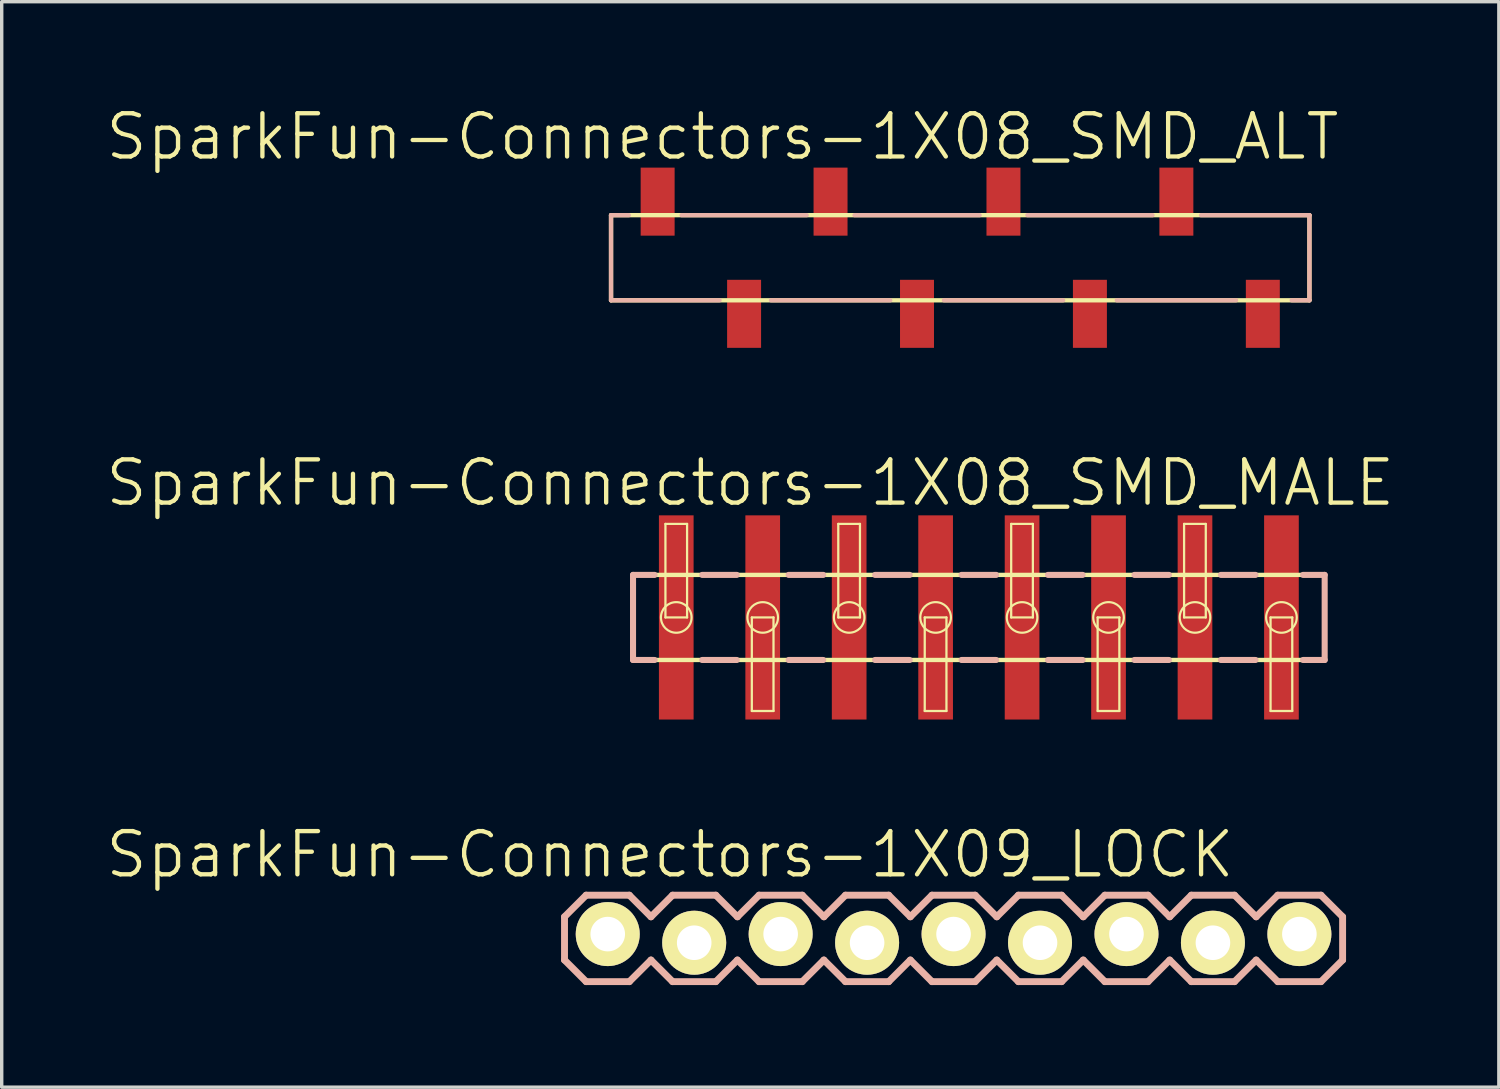
<source format=kicad_pcb>
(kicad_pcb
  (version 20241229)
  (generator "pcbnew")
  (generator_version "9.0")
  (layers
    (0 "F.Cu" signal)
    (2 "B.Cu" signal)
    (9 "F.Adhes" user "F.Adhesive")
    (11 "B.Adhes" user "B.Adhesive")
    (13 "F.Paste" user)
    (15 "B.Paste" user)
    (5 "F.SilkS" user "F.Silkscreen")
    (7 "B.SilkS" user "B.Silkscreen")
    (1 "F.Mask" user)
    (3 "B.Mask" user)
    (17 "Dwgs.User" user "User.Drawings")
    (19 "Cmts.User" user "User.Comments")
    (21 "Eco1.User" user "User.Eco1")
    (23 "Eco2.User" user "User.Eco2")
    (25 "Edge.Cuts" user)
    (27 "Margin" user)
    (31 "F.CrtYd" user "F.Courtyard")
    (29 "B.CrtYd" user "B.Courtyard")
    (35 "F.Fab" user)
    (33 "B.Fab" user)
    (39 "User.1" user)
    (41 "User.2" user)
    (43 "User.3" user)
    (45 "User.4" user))
  (footprint "SparkFun-Connectors-1X09_LOCK"
    (layer "F.Cu")
    (at 14.805 24.52)
    (property "Reference" "SparkFun-Connectors-1X09_LOCK" (at 1.829 -2.464 0) (layer "F.SilkS") (effects (font (size 1.27 1.27) (thickness 0.127))))
    (attr exclude_from_pos_files exclude_from_bom)
    (fp_line (start -0.254 -0.254) (end 0.254 -0.254) (stroke (width 0.066) (type solid)) (layer "F.SilkS"))
    (fp_line (start -0.254 0.254) (end -0.254 -0.254) (stroke (width 0.066) (type solid)) (layer "F.SilkS"))
    (fp_line (start -0.254 0.254) (end 0.254 0.254) (stroke (width 0.066) (type solid)) (layer "F.SilkS"))
    (fp_line (start 0.254 0.254) (end 0.254 -0.254) (stroke (width 0.066) (type solid)) (layer "F.SilkS"))
    (fp_line (start 2.286 -0.254) (end 2.794 -0.254) (stroke (width 0.066) (type solid)) (layer "F.SilkS"))
    (fp_line (start 2.286 0.254) (end 2.286 -0.254) (stroke (width 0.066) (type solid)) (layer "F.SilkS"))
    (fp_line (start 2.286 0.254) (end 2.794 0.254) (stroke (width 0.066) (type solid)) (layer "F.SilkS"))
    (fp_line (start 2.794 0.254) (end 2.794 -0.254) (stroke (width 0.066) (type solid)) (layer "F.SilkS"))
    (fp_line (start 4.826 -0.254) (end 5.334 -0.254) (stroke (width 0.066) (type solid)) (layer "F.SilkS"))
    (fp_line (start 4.826 0.254) (end 4.826 -0.254) (stroke (width 0.066) (type solid)) (layer "F.SilkS"))
    (fp_line (start 4.826 0.254) (end 5.334 0.254) (stroke (width 0.066) (type solid)) (layer "F.SilkS"))
    (fp_line (start 5.334 0.254) (end 5.334 -0.254) (stroke (width 0.066) (type solid)) (layer "F.SilkS"))
    (fp_line (start 7.366 -0.254) (end 7.874 -0.254) (stroke (width 0.066) (type solid)) (layer "F.SilkS"))
    (fp_line (start 7.366 0.254) (end 7.366 -0.254) (stroke (width 0.066) (type solid)) (layer "F.SilkS"))
    (fp_line (start 7.366 0.254) (end 7.874 0.254) (stroke (width 0.066) (type solid)) (layer "F.SilkS"))
    (fp_line (start 7.874 0.254) (end 7.874 -0.254) (stroke (width 0.066) (type solid)) (layer "F.SilkS"))
    (fp_line (start 9.906 -0.254) (end 10.414 -0.254) (stroke (width 0.066) (type solid)) (layer "F.SilkS"))
    (fp_line (start 9.906 0.254) (end 9.906 -0.254) (stroke (width 0.066) (type solid)) (layer "F.SilkS"))
    (fp_line (start 9.906 0.254) (end 10.414 0.254) (stroke (width 0.066) (type solid)) (layer "F.SilkS"))
    (fp_line (start 10.414 0.254) (end 10.414 -0.254) (stroke (width 0.066) (type solid)) (layer "F.SilkS"))
    (fp_line (start 12.446 -0.254) (end 12.954 -0.254) (stroke (width 0.066) (type solid)) (layer "F.SilkS"))
    (fp_line (start 12.446 0.254) (end 12.446 -0.254) (stroke (width 0.066) (type solid)) (layer "F.SilkS"))
    (fp_line (start 12.446 0.254) (end 12.954 0.254) (stroke (width 0.066) (type solid)) (layer "F.SilkS"))
    (fp_line (start 12.954 0.254) (end 12.954 -0.254) (stroke (width 0.066) (type solid)) (layer "F.SilkS"))
    (fp_line (start 14.986 -0.254) (end 15.494 -0.254) (stroke (width 0.066) (type solid)) (layer "F.SilkS"))
    (fp_line (start 14.986 0.254) (end 14.986 -0.254) (stroke (width 0.066) (type solid)) (layer "F.SilkS"))
    (fp_line (start 14.986 0.254) (end 15.494 0.254) (stroke (width 0.066) (type solid)) (layer "F.SilkS"))
    (fp_line (start 15.494 0.254) (end 15.494 -0.254) (stroke (width 0.066) (type solid)) (layer "F.SilkS"))
    (fp_line (start 17.523 -0.254) (end 18.034 -0.254) (stroke (width 0.066) (type solid)) (layer "F.SilkS"))
    (fp_line (start 17.523 0.254) (end 17.523 -0.254) (stroke (width 0.066) (type solid)) (layer "F.SilkS"))
    (fp_line (start 17.523 0.254) (end 18.034 0.254) (stroke (width 0.066) (type solid)) (layer "F.SilkS"))
    (fp_line (start 18.034 0.254) (end 18.034 -0.254) (stroke (width 0.066) (type solid)) (layer "F.SilkS"))
    (fp_line (start 20.066 -0.254) (end 20.574 -0.254) (stroke (width 0.066) (type solid)) (layer "F.SilkS"))
    (fp_line (start 20.066 0.254) (end 20.066 -0.254) (stroke (width 0.066) (type solid)) (layer "F.SilkS"))
    (fp_line (start 20.066 0.254) (end 20.574 0.254) (stroke (width 0.066) (type solid)) (layer "F.SilkS"))
    (fp_line (start 20.574 0.254) (end 20.574 -0.254) (stroke (width 0.066) (type solid)) (layer "F.SilkS"))
    (fp_line (start -1.27 -0.635) (end -1.27 0.635) (stroke (width 0.203) (type solid)) (layer "B.SilkS"))
    (fp_line (start -1.27 0.635) (end -0.635 1.27) (stroke (width 0.203) (type solid)) (layer "B.SilkS"))
    (fp_line (start -0.635 -1.27) (end -1.27 -0.635) (stroke (width 0.203) (type solid)) (layer "B.SilkS"))
    (fp_line (start -0.635 -1.27) (end 0.635 -1.27) (stroke (width 0.203) (type solid)) (layer "B.SilkS"))
    (fp_line (start 0.635 -1.27) (end 1.27 -0.635) (stroke (width 0.203) (type solid)) (layer "B.SilkS"))
    (fp_line (start 0.635 1.27) (end -0.635 1.27) (stroke (width 0.203) (type solid)) (layer "B.SilkS"))
    (fp_line (start 1.27 -0.635) (end 1.905 -1.27) (stroke (width 0.203) (type solid)) (layer "B.SilkS"))
    (fp_line (start 1.27 0.635) (end 0.635 1.27) (stroke (width 0.203) (type solid)) (layer "B.SilkS"))
    (fp_line (start 1.905 -1.27) (end 3.175 -1.27) (stroke (width 0.203) (type solid)) (layer "B.SilkS"))
    (fp_line (start 1.905 1.27) (end 1.27 0.635) (stroke (width 0.203) (type solid)) (layer "B.SilkS"))
    (fp_line (start 3.175 -1.27) (end 3.81 -0.635) (stroke (width 0.203) (type solid)) (layer "B.SilkS"))
    (fp_line (start 3.175 1.27) (end 1.905 1.27) (stroke (width 0.203) (type solid)) (layer "B.SilkS"))
    (fp_line (start 3.81 -0.635) (end 4.445 -1.27) (stroke (width 0.203) (type solid)) (layer "B.SilkS"))
    (fp_line (start 3.81 0.635) (end 3.175 1.27) (stroke (width 0.203) (type solid)) (layer "B.SilkS"))
    (fp_line (start 4.445 -1.27) (end 5.715 -1.27) (stroke (width 0.203) (type solid)) (layer "B.SilkS"))
    (fp_line (start 4.445 1.27) (end 3.81 0.635) (stroke (width 0.203) (type solid)) (layer "B.SilkS"))
    (fp_line (start 5.715 -1.27) (end 6.35 -0.635) (stroke (width 0.203) (type solid)) (layer "B.SilkS"))
    (fp_line (start 5.715 1.27) (end 4.445 1.27) (stroke (width 0.203) (type solid)) (layer "B.SilkS"))
    (fp_line (start 6.35 0.635) (end 5.715 1.27) (stroke (width 0.203) (type solid)) (layer "B.SilkS"))
    (fp_line (start 6.35 0.635) (end 6.985 1.27) (stroke (width 0.203) (type solid)) (layer "B.SilkS"))
    (fp_line (start 6.985 -1.27) (end 6.35 -0.635) (stroke (width 0.203) (type solid)) (layer "B.SilkS"))
    (fp_line (start 6.985 -1.27) (end 8.255 -1.27) (stroke (width 0.203) (type solid)) (layer "B.SilkS"))
    (fp_line (start 8.255 -1.27) (end 8.89 -0.635) (stroke (width 0.203) (type solid)) (layer "B.SilkS"))
    (fp_line (start 8.255 1.27) (end 6.985 1.27) (stroke (width 0.203) (type solid)) (layer "B.SilkS"))
    (fp_line (start 8.89 -0.635) (end 9.525 -1.27) (stroke (width 0.203) (type solid)) (layer "B.SilkS"))
    (fp_line (start 8.89 0.635) (end 8.255 1.27) (stroke (width 0.203) (type solid)) (layer "B.SilkS"))
    (fp_line (start 9.525 -1.27) (end 10.795 -1.27) (stroke (width 0.203) (type solid)) (layer "B.SilkS"))
    (fp_line (start 9.525 1.27) (end 8.89 0.635) (stroke (width 0.203) (type solid)) (layer "B.SilkS"))
    (fp_line (start 10.795 -1.27) (end 11.43 -0.635) (stroke (width 0.203) (type solid)) (layer "B.SilkS"))
    (fp_line (start 10.795 1.27) (end 9.525 1.27) (stroke (width 0.203) (type solid)) (layer "B.SilkS"))
    (fp_line (start 11.43 -0.635) (end 12.065 -1.27) (stroke (width 0.203) (type solid)) (layer "B.SilkS"))
    (fp_line (start 11.43 0.635) (end 10.795 1.27) (stroke (width 0.203) (type solid)) (layer "B.SilkS"))
    (fp_line (start 12.065 -1.27) (end 13.335 -1.27) (stroke (width 0.203) (type solid)) (layer "B.SilkS"))
    (fp_line (start 12.065 1.27) (end 11.43 0.635) (stroke (width 0.203) (type solid)) (layer "B.SilkS"))
    (fp_line (start 13.335 -1.27) (end 13.97 -0.635) (stroke (width 0.203) (type solid)) (layer "B.SilkS"))
    (fp_line (start 13.335 1.27) (end 12.065 1.27) (stroke (width 0.203) (type solid)) (layer "B.SilkS"))
    (fp_line (start 13.97 0.635) (end 13.335 1.27) (stroke (width 0.203) (type solid)) (layer "B.SilkS"))
    (fp_line (start 13.97 0.635) (end 14.605 1.27) (stroke (width 0.203) (type solid)) (layer "B.SilkS"))
    (fp_line (start 14.605 -1.27) (end 13.97 -0.635) (stroke (width 0.203) (type solid)) (layer "B.SilkS"))
    (fp_line (start 14.605 -1.27) (end 15.875 -1.27) (stroke (width 0.203) (type solid)) (layer "B.SilkS"))
    (fp_line (start 15.875 -1.27) (end 16.51 -0.635) (stroke (width 0.203) (type solid)) (layer "B.SilkS"))
    (fp_line (start 15.875 1.27) (end 14.605 1.27) (stroke (width 0.203) (type solid)) (layer "B.SilkS"))
    (fp_line (start 16.51 0.635) (end 15.875 1.27) (stroke (width 0.203) (type solid)) (layer "B.SilkS"))
    (fp_line (start 16.51 0.635) (end 17.145 1.27) (stroke (width 0.203) (type solid)) (layer "B.SilkS"))
    (fp_line (start 17.145 -1.27) (end 16.51 -0.635) (stroke (width 0.203) (type solid)) (layer "B.SilkS"))
    (fp_line (start 17.145 -1.27) (end 18.415 -1.27) (stroke (width 0.203) (type solid)) (layer "B.SilkS"))
    (fp_line (start 18.415 -1.27) (end 19.05 -0.635) (stroke (width 0.203) (type solid)) (layer "B.SilkS"))
    (fp_line (start 18.415 1.27) (end 17.145 1.27) (stroke (width 0.203) (type solid)) (layer "B.SilkS"))
    (fp_line (start 19.05 0.635) (end 18.415 1.27) (stroke (width 0.203) (type solid)) (layer "B.SilkS"))
    (fp_line (start 19.05 0.635) (end 19.685 1.27) (stroke (width 0.203) (type solid)) (layer "B.SilkS"))
    (fp_line (start 19.685 -1.27) (end 19.05 -0.635) (stroke (width 0.203) (type solid)) (layer "B.SilkS"))
    (fp_line (start 19.685 -1.27) (end 20.955 -1.27) (stroke (width 0.203) (type solid)) (layer "B.SilkS"))
    (fp_line (start 20.955 -1.27) (end 21.59 -0.635) (stroke (width 0.203) (type solid)) (layer "B.SilkS"))
    (fp_line (start 20.955 1.27) (end 19.685 1.27) (stroke (width 0.203) (type solid)) (layer "B.SilkS"))
    (fp_line (start 21.59 -0.635) (end 21.59 0.635) (stroke (width 0.203) (type solid)) (layer "B.SilkS"))
    (fp_line (start 21.59 0.635) (end 20.955 1.27) (stroke (width 0.203) (type solid)) (layer "B.SilkS"))
    (pad "1" thru_hole circle (at 0 -0.127) (size 1.88 1.88) (drill 1.016) (layers "*.Cu" "F.Mask" "F.SilkS" "F.Paste"))
    (pad "2" thru_hole circle (at 2.54 0.127) (size 1.88 1.88) (drill 1.016) (layers "*.Cu" "F.Mask" "F.SilkS" "F.Paste"))
    (pad "3" thru_hole circle (at 5.08 -0.127) (size 1.88 1.88) (drill 1.016) (layers "*.Cu" "F.Mask" "F.SilkS" "F.Paste"))
    (pad "4" thru_hole circle (at 7.62 0.127) (size 1.88 1.88) (drill 1.016) (layers "*.Cu" "F.Mask" "F.SilkS" "F.Paste"))
    (pad "5" thru_hole circle (at 10.16 -0.127) (size 1.88 1.88) (drill 1.016) (layers "*.Cu" "F.Mask" "F.SilkS" "F.Paste"))
    (pad "6" thru_hole circle (at 12.7 0.127) (size 1.88 1.88) (drill 1.016) (layers "*.Cu" "F.Mask" "F.SilkS" "F.Paste"))
    (pad "7" thru_hole circle (at 15.24 -0.127) (size 1.88 1.88) (drill 1.016) (layers "*.Cu" "F.Mask" "F.SilkS" "F.Paste"))
    (pad "8" thru_hole circle (at 17.78 0.127) (size 1.88 1.88) (drill 1.016) (layers "*.Cu" "F.Mask" "F.SilkS" "F.Paste"))
    (pad "9" thru_hole circle (at 20.32 -0.127) (size 1.88 1.88) (drill 1.016) (layers "*.Cu" "F.Mask" "F.SilkS" "F.Paste")))
  (footprint "SparkFun-Connectors-1X08_SMD_MALE"
    (layer "F.Cu")
    (at 16.818 15.09)
    (property "Reference" "SparkFun-Connectors-1X08_SMD_MALE" (at 2.174 -3.955 0) (layer "F.SilkS") (effects (font (size 1.27 1.27) (thickness 0.127))))
    (attr smd)
    (fp_line (start -1.27 -1.25) (end -1.27 1.25) (stroke (width 0.127) (type solid)) (layer "F.SilkS"))
    (fp_line (start -1.27 1.25) (end 19.05 1.25) (stroke (width 0.127) (type solid)) (layer "F.SilkS"))
    (fp_line (start -0.318 -2.748) (end 0.318 -2.748) (stroke (width 0.066) (type solid)) (layer "F.SilkS"))
    (fp_line (start -0.318 0) (end -0.318 -2.748) (stroke (width 0.066) (type solid)) (layer "F.SilkS"))
    (fp_line (start -0.318 0) (end 0.318 0) (stroke (width 0.066) (type solid)) (layer "F.SilkS"))
    (fp_line (start 0.318 0) (end 0.318 -2.748) (stroke (width 0.066) (type solid)) (layer "F.SilkS"))
    (fp_line (start 2.22 0) (end 2.857 0) (stroke (width 0.066) (type solid)) (layer "F.SilkS"))
    (fp_line (start 2.22 2.748) (end 2.22 0) (stroke (width 0.066) (type solid)) (layer "F.SilkS"))
    (fp_line (start 2.22 2.748) (end 2.857 2.748) (stroke (width 0.066) (type solid)) (layer "F.SilkS"))
    (fp_line (start 2.857 2.748) (end 2.857 0) (stroke (width 0.066) (type solid)) (layer "F.SilkS"))
    (fp_line (start 4.76 -2.748) (end 5.397 -2.748) (stroke (width 0.066) (type solid)) (layer "F.SilkS"))
    (fp_line (start 4.76 0) (end 4.76 -2.748) (stroke (width 0.066) (type solid)) (layer "F.SilkS"))
    (fp_line (start 4.76 0) (end 5.397 0) (stroke (width 0.066) (type solid)) (layer "F.SilkS"))
    (fp_line (start 5.397 0) (end 5.397 -2.748) (stroke (width 0.066) (type solid)) (layer "F.SilkS"))
    (fp_line (start 7.3 0) (end 7.938 0) (stroke (width 0.066) (type solid)) (layer "F.SilkS"))
    (fp_line (start 7.3 2.748) (end 7.3 0) (stroke (width 0.066) (type solid)) (layer "F.SilkS"))
    (fp_line (start 7.3 2.748) (end 7.938 2.748) (stroke (width 0.066) (type solid)) (layer "F.SilkS"))
    (fp_line (start 7.938 2.748) (end 7.938 0) (stroke (width 0.066) (type solid)) (layer "F.SilkS"))
    (fp_line (start 9.84 -2.748) (end 10.477 -2.748) (stroke (width 0.066) (type solid)) (layer "F.SilkS"))
    (fp_line (start 9.84 0) (end 9.84 -2.748) (stroke (width 0.066) (type solid)) (layer "F.SilkS"))
    (fp_line (start 9.84 0) (end 10.477 0) (stroke (width 0.066) (type solid)) (layer "F.SilkS"))
    (fp_line (start 10.477 0) (end 10.477 -2.748) (stroke (width 0.066) (type solid)) (layer "F.SilkS"))
    (fp_line (start 12.38 0) (end 13.018 0) (stroke (width 0.066) (type solid)) (layer "F.SilkS"))
    (fp_line (start 12.38 2.748) (end 12.38 0) (stroke (width 0.066) (type solid)) (layer "F.SilkS"))
    (fp_line (start 12.38 2.748) (end 13.018 2.748) (stroke (width 0.066) (type solid)) (layer "F.SilkS"))
    (fp_line (start 13.018 2.748) (end 13.018 0) (stroke (width 0.066) (type solid)) (layer "F.SilkS"))
    (fp_line (start 14.92 -2.748) (end 15.557 -2.748) (stroke (width 0.066) (type solid)) (layer "F.SilkS"))
    (fp_line (start 14.92 0) (end 14.92 -2.748) (stroke (width 0.066) (type solid)) (layer "F.SilkS"))
    (fp_line (start 14.92 0) (end 15.557 0) (stroke (width 0.066) (type solid)) (layer "F.SilkS"))
    (fp_line (start 15.557 0) (end 15.557 -2.748) (stroke (width 0.066) (type solid)) (layer "F.SilkS"))
    (fp_line (start 17.46 0) (end 18.098 0) (stroke (width 0.066) (type solid)) (layer "F.SilkS"))
    (fp_line (start 17.46 2.748) (end 17.46 0) (stroke (width 0.066) (type solid)) (layer "F.SilkS"))
    (fp_line (start 17.46 2.748) (end 18.098 2.748) (stroke (width 0.066) (type solid)) (layer "F.SilkS"))
    (fp_line (start 18.098 2.748) (end 18.098 0) (stroke (width 0.066) (type solid)) (layer "F.SilkS"))
    (fp_line (start 19.05 -1.25) (end -1.27 -1.25) (stroke (width 0.127) (type solid)) (layer "F.SilkS"))
    (fp_line (start 19.05 1.25) (end 19.05 -1.25) (stroke (width 0.127) (type solid)) (layer "F.SilkS"))
    (fp_circle (center 0 0) (end -0.318 0.318) (stroke (width 0.064) (type solid)) (fill no) (layer "F.SilkS"))
    (fp_circle (center 2.54 0) (end 2.857 0.318) (stroke (width 0.064) (type solid)) (fill no) (layer "F.SilkS"))
    (fp_circle (center 5.08 0) (end 5.397 0.318) (stroke (width 0.064) (type solid)) (fill no) (layer "F.SilkS"))
    (fp_circle (center 7.62 0) (end 7.938 0.318) (stroke (width 0.064) (type solid)) (fill no) (layer "F.SilkS"))
    (fp_circle (center 10.16 0) (end 10.477 0.318) (stroke (width 0.064) (type solid)) (fill no) (layer "F.SilkS"))
    (fp_circle (center 12.7 0) (end 13.018 0.318) (stroke (width 0.064) (type solid)) (fill no) (layer "F.SilkS"))
    (fp_circle (center 15.24 0) (end 15.557 0.318) (stroke (width 0.064) (type solid)) (fill no) (layer "F.SilkS"))
    (fp_circle (center 17.78 0) (end 18.098 0.318) (stroke (width 0.064) (type solid)) (fill no) (layer "F.SilkS"))
    (fp_line (start -1.27 -1.25) (end -1.27 1.25) (stroke (width 0.178) (type solid)) (layer "B.SilkS"))
    (fp_line (start -1.27 -1.25) (end -0.635 -1.25) (stroke (width 0.178) (type solid)) (layer "B.SilkS"))
    (fp_line (start -1.27 1.25) (end -0.635 1.25) (stroke (width 0.178) (type solid)) (layer "B.SilkS"))
    (fp_line (start 0.762 -1.25) (end 1.778 -1.25) (stroke (width 0.178) (type solid)) (layer "B.SilkS"))
    (fp_line (start 1.778 1.25) (end 0.762 1.25) (stroke (width 0.178) (type solid)) (layer "B.SilkS"))
    (fp_line (start 3.302 -1.25) (end 4.318 -1.25) (stroke (width 0.178) (type solid)) (layer "B.SilkS"))
    (fp_line (start 4.318 1.25) (end 3.302 1.25) (stroke (width 0.178) (type solid)) (layer "B.SilkS"))
    (fp_line (start 5.842 -1.25) (end 6.858 -1.25) (stroke (width 0.178) (type solid)) (layer "B.SilkS"))
    (fp_line (start 6.858 1.25) (end 5.842 1.25) (stroke (width 0.178) (type solid)) (layer "B.SilkS"))
    (fp_line (start 8.382 -1.25) (end 9.398 -1.25) (stroke (width 0.178) (type solid)) (layer "B.SilkS"))
    (fp_line (start 9.398 1.25) (end 8.382 1.25) (stroke (width 0.178) (type solid)) (layer "B.SilkS"))
    (fp_line (start 10.922 -1.25) (end 11.938 -1.25) (stroke (width 0.178) (type solid)) (layer "B.SilkS"))
    (fp_line (start 11.938 1.25) (end 10.922 1.25) (stroke (width 0.178) (type solid)) (layer "B.SilkS"))
    (fp_line (start 13.462 -1.25) (end 14.475 -1.25) (stroke (width 0.178) (type solid)) (layer "B.SilkS"))
    (fp_line (start 14.475 1.25) (end 13.462 1.25) (stroke (width 0.178) (type solid)) (layer "B.SilkS"))
    (fp_line (start 16.002 -1.25) (end 17.018 -1.25) (stroke (width 0.178) (type solid)) (layer "B.SilkS"))
    (fp_line (start 17.018 1.25) (end 16.002 1.25) (stroke (width 0.178) (type solid)) (layer "B.SilkS"))
    (fp_line (start 19.05 -1.25) (end 18.415 -1.25) (stroke (width 0.178) (type solid)) (layer "B.SilkS"))
    (fp_line (start 19.05 1.25) (end 18.415 1.25) (stroke (width 0.178) (type solid)) (layer "B.SilkS"))
    (fp_line (start 19.05 1.25) (end 19.05 -1.25) (stroke (width 0.178) (type solid)) (layer "B.SilkS"))
    (pad "1" smd rect (at 0 0) (size 1.019 5.999) (layers "F.Cu" "F.Mask" "F.Paste"))
    (pad "2" smd rect (at 2.54 0) (size 1.019 5.999) (layers "F.Cu" "F.Mask" "F.Paste"))
    (pad "3" smd rect (at 5.08 0) (size 1.019 5.999) (layers "F.Cu" "F.Mask" "F.Paste"))
    (pad "4" smd rect (at 7.62 0) (size 1.019 5.999) (layers "F.Cu" "F.Mask" "F.Paste"))
    (pad "5" smd rect (at 10.16 0) (size 1.019 5.999) (layers "F.Cu" "F.Mask" "F.Paste"))
    (pad "6" smd rect (at 12.7 0) (size 1.019 5.999) (layers "F.Cu" "F.Mask" "F.Paste"))
    (pad "7" smd rect (at 15.24 0) (size 1.019 5.999) (layers "F.Cu" "F.Mask" "F.Paste"))
    (pad "8" smd rect (at 17.78 0) (size 1.019 5.999) (layers "F.Cu" "F.Mask" "F.Paste")))
  (footprint "SparkFun-Connectors-1X08_SMD_ALT"
    (layer "F.Cu")
    (at 34.051 4.522)
    (property "Reference" "SparkFun-Connectors-1X08_SMD_ALT" (at -15.875 -3.556 0) (layer "F.SilkS") (effects (font (size 1.27 1.27) (thickness 0.127))))
    (attr smd)
    (fp_line (start -19.149 -1.25) (end -19.149 1.25) (stroke (width 0.127) (type solid)) (layer "F.SilkS"))
    (fp_line (start -19.149 1.25) (end 1.369 1.25) (stroke (width 0.127) (type solid)) (layer "F.SilkS"))
    (fp_line (start 1.369 -1.25) (end -19.149 -1.25) (stroke (width 0.127) (type solid)) (layer "F.SilkS"))
    (fp_line (start 1.369 1.25) (end 1.369 -1.25) (stroke (width 0.127) (type solid)) (layer "F.SilkS"))
    (fp_line (start -19.149 -1.25) (end -19.149 1.25) (stroke (width 0.127) (type solid)) (layer "B.SilkS"))
    (fp_line (start -19.149 1.25) (end -15.961 1.25) (stroke (width 0.127) (type solid)) (layer "B.SilkS"))
    (fp_line (start -18.628 -1.25) (end -19.149 -1.25) (stroke (width 0.127) (type solid)) (layer "B.SilkS"))
    (fp_line (start -14.45 1.25) (end -10.947 1.25) (stroke (width 0.127) (type solid)) (layer "B.SilkS"))
    (fp_line (start -13.401 -1.25) (end -17.076 -1.25) (stroke (width 0.127) (type solid)) (layer "B.SilkS"))
    (fp_line (start -9.37 1.25) (end -5.867 1.25) (stroke (width 0.127) (type solid)) (layer "B.SilkS"))
    (fp_line (start -8.321 -1.25) (end -11.996 -1.25) (stroke (width 0.127) (type solid)) (layer "B.SilkS"))
    (fp_line (start -4.29 1.25) (end -0.787 1.25) (stroke (width 0.127) (type solid)) (layer "B.SilkS"))
    (fp_line (start -3.241 -1.25) (end -6.916 -1.25) (stroke (width 0.127) (type solid)) (layer "B.SilkS"))
    (fp_line (start 0.848 1.25) (end 1.369 1.25) (stroke (width 0.127) (type solid)) (layer "B.SilkS"))
    (fp_line (start 1.369 -1.25) (end -1.816 -1.25) (stroke (width 0.127) (type solid)) (layer "B.SilkS"))
    (fp_line (start 1.369 1.25) (end 1.369 -1.25) (stroke (width 0.127) (type solid)) (layer "B.SilkS"))
    (pad "1" smd rect (at 0 1.648 270) (size 1.999 0.998) (layers "F.Cu" "F.Mask" "F.Paste"))
    (pad "2" smd rect (at -2.54 -1.648 270) (size 1.999 0.998) (layers "F.Cu" "F.Mask" "F.Paste"))
    (pad "3" smd rect (at -5.08 1.648 270) (size 1.999 0.998) (layers "F.Cu" "F.Mask" "F.Paste"))
    (pad "4" smd rect (at -7.62 -1.648 270) (size 1.999 0.998) (layers "F.Cu" "F.Mask" "F.Paste"))
    (pad "5" smd rect (at -10.16 1.648 270) (size 1.999 0.998) (layers "F.Cu" "F.Mask" "F.Paste"))
    (pad "6" smd rect (at -12.7 -1.648 270) (size 1.999 0.998) (layers "F.Cu" "F.Mask" "F.Paste"))
    (pad "7" smd rect (at -15.24 1.648 270) (size 1.999 0.998) (layers "F.Cu" "F.Mask" "F.Paste"))
    (pad "8" smd rect (at -17.78 -1.648 270) (size 1.999 0.998) (layers "F.Cu" "F.Mask" "F.Paste")))
  (gr_rect
    (start -3 -3)
    (end 40.985 28.891)
    (stroke (width 0.1) (type default))
    (fill no)
    (layer "Edge.Cuts")))
</source>
